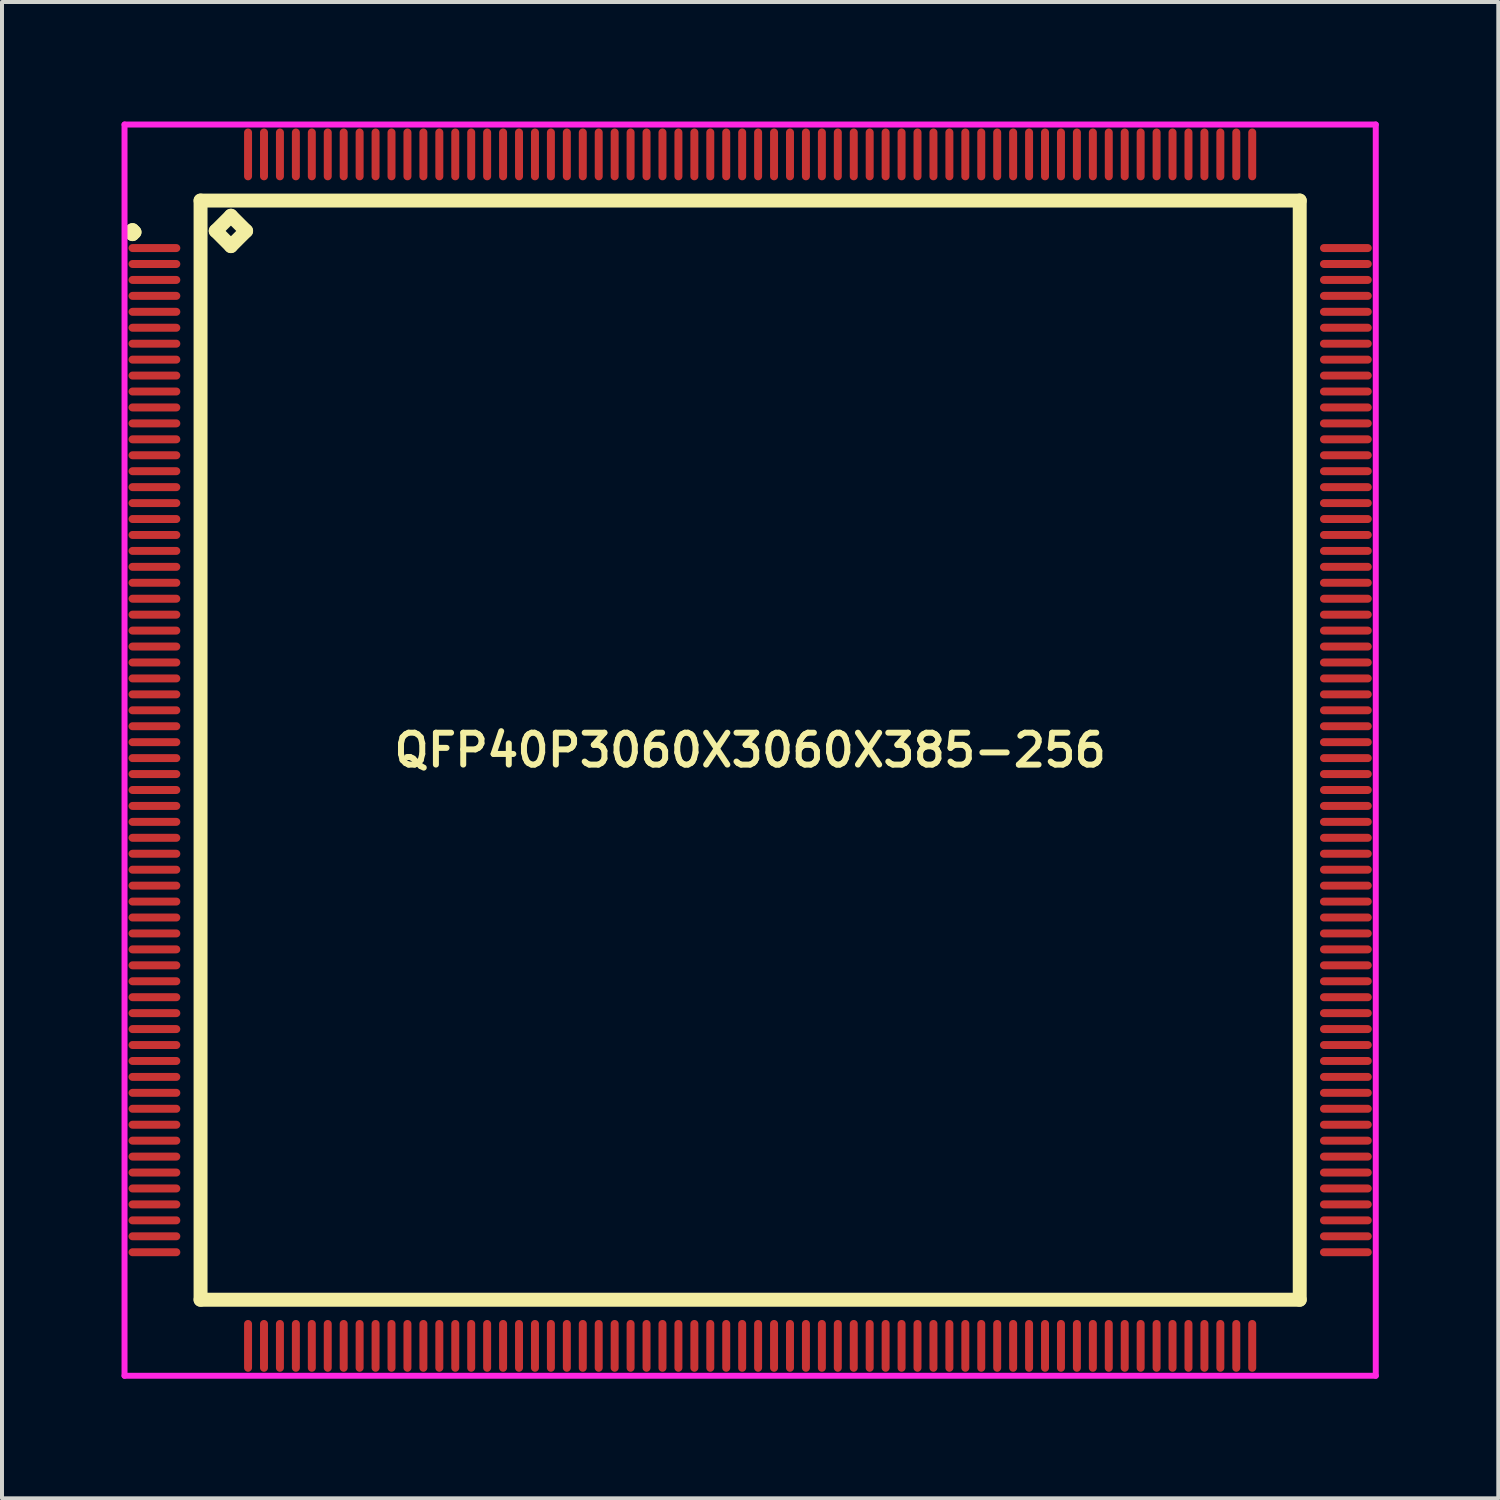
<source format=kicad_pcb>
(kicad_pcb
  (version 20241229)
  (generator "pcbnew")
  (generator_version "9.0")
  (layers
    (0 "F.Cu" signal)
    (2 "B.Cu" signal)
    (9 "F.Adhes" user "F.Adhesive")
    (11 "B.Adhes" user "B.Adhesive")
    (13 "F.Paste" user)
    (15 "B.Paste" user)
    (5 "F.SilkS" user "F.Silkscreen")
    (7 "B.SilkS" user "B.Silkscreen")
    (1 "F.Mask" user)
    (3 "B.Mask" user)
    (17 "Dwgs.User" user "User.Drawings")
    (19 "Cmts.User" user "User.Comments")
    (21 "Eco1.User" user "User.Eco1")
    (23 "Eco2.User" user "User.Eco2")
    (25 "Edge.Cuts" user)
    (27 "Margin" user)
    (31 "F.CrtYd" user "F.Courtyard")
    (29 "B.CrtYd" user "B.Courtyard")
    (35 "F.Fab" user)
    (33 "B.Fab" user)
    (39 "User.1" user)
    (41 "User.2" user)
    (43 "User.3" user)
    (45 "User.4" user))
  (footprint "QFP40P3060X3060X385-256"
    (layer "F.Cu")
    (at 15.775 15.775)
    (property "Reference" "QFP40P3060X3060X385-256" (at 0 0 0) (layer "F.SilkS") (effects (font (size 0.8 0.8) (thickness 0.15))))
    (attr through_hole)
    (fp_line (start -15.55 -13) (end -15.5 -13.05) (stroke (width 0.35) (type solid)) (layer "F.SilkS"))
    (fp_line (start -15.5 -13.05) (end -15.45 -13) (stroke (width 0.35) (type solid)) (layer "F.SilkS"))
    (fp_line (start -15.5 -12.95) (end -15.55 -13) (stroke (width 0.35) (type solid)) (layer "F.SilkS"))
    (fp_line (start -15.45 -13) (end -15.5 -12.95) (stroke (width 0.35) (type solid)) (layer "F.SilkS"))
    (fp_line (start -13.792 -13.792) (end -13.792 13.792) (stroke (width 0.35) (type solid)) (layer "F.SilkS"))
    (fp_line (start -13.792 13.792) (end 13.792 13.792) (stroke (width 0.35) (type solid)) (layer "F.SilkS"))
    (fp_line (start -13.411 -13.03) (end -13.03 -13.411) (stroke (width 0.35) (type solid)) (layer "F.SilkS"))
    (fp_line (start -13.03 -13.411) (end -12.649 -13.03) (stroke (width 0.35) (type solid)) (layer "F.SilkS"))
    (fp_line (start -13.03 -12.649) (end -13.411 -13.03) (stroke (width 0.35) (type solid)) (layer "F.SilkS"))
    (fp_line (start -12.649 -13.03) (end -13.03 -12.649) (stroke (width 0.35) (type solid)) (layer "F.SilkS"))
    (fp_line (start 13.792 -13.792) (end -13.792 -13.792) (stroke (width 0.35) (type solid)) (layer "F.SilkS"))
    (fp_line (start 13.792 13.792) (end 13.792 -13.792) (stroke (width 0.35) (type solid)) (layer "F.SilkS"))
    (fp_line (start -15.7 -15.7) (end 15.7 -15.7) (stroke (width 0.15) (type solid)) (layer "F.CrtYd"))
    (fp_line (start -15.7 15.7) (end -15.7 -15.7) (stroke (width 0.15) (type solid)) (layer "F.CrtYd"))
    (fp_line (start 15.7 -15.7) (end 15.7 15.7) (stroke (width 0.15) (type solid)) (layer "F.CrtYd"))
    (fp_line (start 15.7 15.7) (end -15.7 15.7) (stroke (width 0.15) (type solid)) (layer "F.CrtYd"))
    (pad "1" smd oval (at -14.95 -12.6) (size 1.3 0.2) (layers "F.Cu" "F.Mask" "F.Paste"))
    (pad "2" smd oval (at -14.95 -12.2) (size 1.3 0.2) (layers "F.Cu" "F.Mask" "F.Paste"))
    (pad "3" smd oval (at -14.95 -11.8) (size 1.3 0.2) (layers "F.Cu" "F.Mask" "F.Paste"))
    (pad "4" smd oval (at -14.95 -11.4) (size 1.3 0.2) (layers "F.Cu" "F.Mask" "F.Paste"))
    (pad "5" smd oval (at -14.95 -11) (size 1.3 0.2) (layers "F.Cu" "F.Mask" "F.Paste"))
    (pad "6" smd oval (at -14.95 -10.6) (size 1.3 0.2) (layers "F.Cu" "F.Mask" "F.Paste"))
    (pad "7" smd oval (at -14.95 -10.2) (size 1.3 0.2) (layers "F.Cu" "F.Mask" "F.Paste"))
    (pad "8" smd oval (at -14.95 -9.8) (size 1.3 0.2) (layers "F.Cu" "F.Mask" "F.Paste"))
    (pad "9" smd oval (at -14.95 -9.4) (size 1.3 0.2) (layers "F.Cu" "F.Mask" "F.Paste"))
    (pad "10" smd oval (at -14.95 -9) (size 1.3 0.2) (layers "F.Cu" "F.Mask" "F.Paste"))
    (pad "11" smd oval (at -14.95 -8.6) (size 1.3 0.2) (layers "F.Cu" "F.Mask" "F.Paste"))
    (pad "12" smd oval (at -14.95 -8.2) (size 1.3 0.2) (layers "F.Cu" "F.Mask" "F.Paste"))
    (pad "13" smd oval (at -14.95 -7.8) (size 1.3 0.2) (layers "F.Cu" "F.Mask" "F.Paste"))
    (pad "14" smd oval (at -14.95 -7.4) (size 1.3 0.2) (layers "F.Cu" "F.Mask" "F.Paste"))
    (pad "15" smd oval (at -14.95 -7) (size 1.3 0.2) (layers "F.Cu" "F.Mask" "F.Paste"))
    (pad "16" smd oval (at -14.95 -6.6) (size 1.3 0.2) (layers "F.Cu" "F.Mask" "F.Paste"))
    (pad "17" smd oval (at -14.95 -6.2) (size 1.3 0.2) (layers "F.Cu" "F.Mask" "F.Paste"))
    (pad "18" smd oval (at -14.95 -5.8) (size 1.3 0.2) (layers "F.Cu" "F.Mask" "F.Paste"))
    (pad "19" smd oval (at -14.95 -5.4) (size 1.3 0.2) (layers "F.Cu" "F.Mask" "F.Paste"))
    (pad "20" smd oval (at -14.95 -5) (size 1.3 0.2) (layers "F.Cu" "F.Mask" "F.Paste"))
    (pad "21" smd oval (at -14.95 -4.6) (size 1.3 0.2) (layers "F.Cu" "F.Mask" "F.Paste"))
    (pad "22" smd oval (at -14.95 -4.2) (size 1.3 0.2) (layers "F.Cu" "F.Mask" "F.Paste"))
    (pad "23" smd oval (at -14.95 -3.8) (size 1.3 0.2) (layers "F.Cu" "F.Mask" "F.Paste"))
    (pad "24" smd oval (at -14.95 -3.4) (size 1.3 0.2) (layers "F.Cu" "F.Mask" "F.Paste"))
    (pad "25" smd oval (at -14.95 -3) (size 1.3 0.2) (layers "F.Cu" "F.Mask" "F.Paste"))
    (pad "26" smd oval (at -14.95 -2.6) (size 1.3 0.2) (layers "F.Cu" "F.Mask" "F.Paste"))
    (pad "27" smd oval (at -14.95 -2.2) (size 1.3 0.2) (layers "F.Cu" "F.Mask" "F.Paste"))
    (pad "28" smd oval (at -14.95 -1.8) (size 1.3 0.2) (layers "F.Cu" "F.Mask" "F.Paste"))
    (pad "29" smd oval (at -14.95 -1.4) (size 1.3 0.2) (layers "F.Cu" "F.Mask" "F.Paste"))
    (pad "30" smd oval (at -14.95 -1) (size 1.3 0.2) (layers "F.Cu" "F.Mask" "F.Paste"))
    (pad "31" smd oval (at -14.95 -0.6) (size 1.3 0.2) (layers "F.Cu" "F.Mask" "F.Paste"))
    (pad "32" smd oval (at -14.95 -0.2) (size 1.3 0.2) (layers "F.Cu" "F.Mask" "F.Paste"))
    (pad "33" smd oval (at -14.95 0.2) (size 1.3 0.2) (layers "F.Cu" "F.Mask" "F.Paste"))
    (pad "34" smd oval (at -14.95 0.6) (size 1.3 0.2) (layers "F.Cu" "F.Mask" "F.Paste"))
    (pad "35" smd oval (at -14.95 1) (size 1.3 0.2) (layers "F.Cu" "F.Mask" "F.Paste"))
    (pad "36" smd oval (at -14.95 1.4) (size 1.3 0.2) (layers "F.Cu" "F.Mask" "F.Paste"))
    (pad "37" smd oval (at -14.95 1.8) (size 1.3 0.2) (layers "F.Cu" "F.Mask" "F.Paste"))
    (pad "38" smd oval (at -14.95 2.2) (size 1.3 0.2) (layers "F.Cu" "F.Mask" "F.Paste"))
    (pad "39" smd oval (at -14.95 2.6) (size 1.3 0.2) (layers "F.Cu" "F.Mask" "F.Paste"))
    (pad "40" smd oval (at -14.95 3) (size 1.3 0.2) (layers "F.Cu" "F.Mask" "F.Paste"))
    (pad "41" smd oval (at -14.95 3.4) (size 1.3 0.2) (layers "F.Cu" "F.Mask" "F.Paste"))
    (pad "42" smd oval (at -14.95 3.8) (size 1.3 0.2) (layers "F.Cu" "F.Mask" "F.Paste"))
    (pad "43" smd oval (at -14.95 4.2) (size 1.3 0.2) (layers "F.Cu" "F.Mask" "F.Paste"))
    (pad "44" smd oval (at -14.95 4.6) (size 1.3 0.2) (layers "F.Cu" "F.Mask" "F.Paste"))
    (pad "45" smd oval (at -14.95 5) (size 1.3 0.2) (layers "F.Cu" "F.Mask" "F.Paste"))
    (pad "46" smd oval (at -14.95 5.4) (size 1.3 0.2) (layers "F.Cu" "F.Mask" "F.Paste"))
    (pad "47" smd oval (at -14.95 5.8) (size 1.3 0.2) (layers "F.Cu" "F.Mask" "F.Paste"))
    (pad "48" smd oval (at -14.95 6.2) (size 1.3 0.2) (layers "F.Cu" "F.Mask" "F.Paste"))
    (pad "49" smd oval (at -14.95 6.6) (size 1.3 0.2) (layers "F.Cu" "F.Mask" "F.Paste"))
    (pad "50" smd oval (at -14.95 7) (size 1.3 0.2) (layers "F.Cu" "F.Mask" "F.Paste"))
    (pad "51" smd oval (at -14.95 7.4) (size 1.3 0.2) (layers "F.Cu" "F.Mask" "F.Paste"))
    (pad "52" smd oval (at -14.95 7.8) (size 1.3 0.2) (layers "F.Cu" "F.Mask" "F.Paste"))
    (pad "53" smd oval (at -14.95 8.2) (size 1.3 0.2) (layers "F.Cu" "F.Mask" "F.Paste"))
    (pad "54" smd oval (at -14.95 8.6) (size 1.3 0.2) (layers "F.Cu" "F.Mask" "F.Paste"))
    (pad "55" smd oval (at -14.95 9) (size 1.3 0.2) (layers "F.Cu" "F.Mask" "F.Paste"))
    (pad "56" smd oval (at -14.95 9.4) (size 1.3 0.2) (layers "F.Cu" "F.Mask" "F.Paste"))
    (pad "57" smd oval (at -14.95 9.8) (size 1.3 0.2) (layers "F.Cu" "F.Mask" "F.Paste"))
    (pad "58" smd oval (at -14.95 10.2) (size 1.3 0.2) (layers "F.Cu" "F.Mask" "F.Paste"))
    (pad "59" smd oval (at -14.95 10.6) (size 1.3 0.2) (layers "F.Cu" "F.Mask" "F.Paste"))
    (pad "60" smd oval (at -14.95 11) (size 1.3 0.2) (layers "F.Cu" "F.Mask" "F.Paste"))
    (pad "61" smd oval (at -14.95 11.4) (size 1.3 0.2) (layers "F.Cu" "F.Mask" "F.Paste"))
    (pad "62" smd oval (at -14.95 11.8) (size 1.3 0.2) (layers "F.Cu" "F.Mask" "F.Paste"))
    (pad "63" smd oval (at -14.95 12.2) (size 1.3 0.2) (layers "F.Cu" "F.Mask" "F.Paste"))
    (pad "64" smd oval (at -14.95 12.6) (size 1.3 0.2) (layers "F.Cu" "F.Mask" "F.Paste"))
    (pad "65" smd oval (at -12.6 14.95) (size 0.2 1.3) (layers "F.Cu" "F.Mask" "F.Paste"))
    (pad "66" smd oval (at -12.2 14.95) (size 0.2 1.3) (layers "F.Cu" "F.Mask" "F.Paste"))
    (pad "67" smd oval (at -11.8 14.95) (size 0.2 1.3) (layers "F.Cu" "F.Mask" "F.Paste"))
    (pad "68" smd oval (at -11.4 14.95) (size 0.2 1.3) (layers "F.Cu" "F.Mask" "F.Paste"))
    (pad "69" smd oval (at -11 14.95) (size 0.2 1.3) (layers "F.Cu" "F.Mask" "F.Paste"))
    (pad "70" smd oval (at -10.6 14.95) (size 0.2 1.3) (layers "F.Cu" "F.Mask" "F.Paste"))
    (pad "71" smd oval (at -10.2 14.95) (size 0.2 1.3) (layers "F.Cu" "F.Mask" "F.Paste"))
    (pad "72" smd oval (at -9.8 14.95) (size 0.2 1.3) (layers "F.Cu" "F.Mask" "F.Paste"))
    (pad "73" smd oval (at -9.4 14.95) (size 0.2 1.3) (layers "F.Cu" "F.Mask" "F.Paste"))
    (pad "74" smd oval (at -9 14.95) (size 0.2 1.3) (layers "F.Cu" "F.Mask" "F.Paste"))
    (pad "75" smd oval (at -8.6 14.95) (size 0.2 1.3) (layers "F.Cu" "F.Mask" "F.Paste"))
    (pad "76" smd oval (at -8.2 14.95) (size 0.2 1.3) (layers "F.Cu" "F.Mask" "F.Paste"))
    (pad "77" smd oval (at -7.8 14.95) (size 0.2 1.3) (layers "F.Cu" "F.Mask" "F.Paste"))
    (pad "78" smd oval (at -7.4 14.95) (size 0.2 1.3) (layers "F.Cu" "F.Mask" "F.Paste"))
    (pad "79" smd oval (at -7 14.95) (size 0.2 1.3) (layers "F.Cu" "F.Mask" "F.Paste"))
    (pad "80" smd oval (at -6.6 14.95) (size 0.2 1.3) (layers "F.Cu" "F.Mask" "F.Paste"))
    (pad "81" smd oval (at -6.2 14.95) (size 0.2 1.3) (layers "F.Cu" "F.Mask" "F.Paste"))
    (pad "82" smd oval (at -5.8 14.95) (size 0.2 1.3) (layers "F.Cu" "F.Mask" "F.Paste"))
    (pad "83" smd oval (at -5.4 14.95) (size 0.2 1.3) (layers "F.Cu" "F.Mask" "F.Paste"))
    (pad "84" smd oval (at -5 14.95) (size 0.2 1.3) (layers "F.Cu" "F.Mask" "F.Paste"))
    (pad "85" smd oval (at -4.6 14.95) (size 0.2 1.3) (layers "F.Cu" "F.Mask" "F.Paste"))
    (pad "86" smd oval (at -4.2 14.95) (size 0.2 1.3) (layers "F.Cu" "F.Mask" "F.Paste"))
    (pad "87" smd oval (at -3.8 14.95) (size 0.2 1.3) (layers "F.Cu" "F.Mask" "F.Paste"))
    (pad "88" smd oval (at -3.4 14.95) (size 0.2 1.3) (layers "F.Cu" "F.Mask" "F.Paste"))
    (pad "89" smd oval (at -3 14.95) (size 0.2 1.3) (layers "F.Cu" "F.Mask" "F.Paste"))
    (pad "90" smd oval (at -2.6 14.95) (size 0.2 1.3) (layers "F.Cu" "F.Mask" "F.Paste"))
    (pad "91" smd oval (at -2.2 14.95) (size 0.2 1.3) (layers "F.Cu" "F.Mask" "F.Paste"))
    (pad "92" smd oval (at -1.8 14.95) (size 0.2 1.3) (layers "F.Cu" "F.Mask" "F.Paste"))
    (pad "93" smd oval (at -1.4 14.95) (size 0.2 1.3) (layers "F.Cu" "F.Mask" "F.Paste"))
    (pad "94" smd oval (at -1 14.95) (size 0.2 1.3) (layers "F.Cu" "F.Mask" "F.Paste"))
    (pad "95" smd oval (at -0.6 14.95) (size 0.2 1.3) (layers "F.Cu" "F.Mask" "F.Paste"))
    (pad "96" smd oval (at -0.2 14.95) (size 0.2 1.3) (layers "F.Cu" "F.Mask" "F.Paste"))
    (pad "97" smd oval (at 0.2 14.95) (size 0.2 1.3) (layers "F.Cu" "F.Mask" "F.Paste"))
    (pad "98" smd oval (at 0.6 14.95) (size 0.2 1.3) (layers "F.Cu" "F.Mask" "F.Paste"))
    (pad "99" smd oval (at 1 14.95) (size 0.2 1.3) (layers "F.Cu" "F.Mask" "F.Paste"))
    (pad "100" smd oval (at 1.4 14.95) (size 0.2 1.3) (layers "F.Cu" "F.Mask" "F.Paste"))
    (pad "101" smd oval (at 1.8 14.95) (size 0.2 1.3) (layers "F.Cu" "F.Mask" "F.Paste"))
    (pad "102" smd oval (at 2.2 14.95) (size 0.2 1.3) (layers "F.Cu" "F.Mask" "F.Paste"))
    (pad "103" smd oval (at 2.6 14.95) (size 0.2 1.3) (layers "F.Cu" "F.Mask" "F.Paste"))
    (pad "104" smd oval (at 3 14.95) (size 0.2 1.3) (layers "F.Cu" "F.Mask" "F.Paste"))
    (pad "105" smd oval (at 3.4 14.95) (size 0.2 1.3) (layers "F.Cu" "F.Mask" "F.Paste"))
    (pad "106" smd oval (at 3.8 14.95) (size 0.2 1.3) (layers "F.Cu" "F.Mask" "F.Paste"))
    (pad "107" smd oval (at 4.2 14.95) (size 0.2 1.3) (layers "F.Cu" "F.Mask" "F.Paste"))
    (pad "108" smd oval (at 4.6 14.95) (size 0.2 1.3) (layers "F.Cu" "F.Mask" "F.Paste"))
    (pad "109" smd oval (at 5 14.95) (size 0.2 1.3) (layers "F.Cu" "F.Mask" "F.Paste"))
    (pad "110" smd oval (at 5.4 14.95) (size 0.2 1.3) (layers "F.Cu" "F.Mask" "F.Paste"))
    (pad "111" smd oval (at 5.8 14.95) (size 0.2 1.3) (layers "F.Cu" "F.Mask" "F.Paste"))
    (pad "112" smd oval (at 6.2 14.95) (size 0.2 1.3) (layers "F.Cu" "F.Mask" "F.Paste"))
    (pad "113" smd oval (at 6.6 14.95) (size 0.2 1.3) (layers "F.Cu" "F.Mask" "F.Paste"))
    (pad "114" smd oval (at 7 14.95) (size 0.2 1.3) (layers "F.Cu" "F.Mask" "F.Paste"))
    (pad "115" smd oval (at 7.4 14.95) (size 0.2 1.3) (layers "F.Cu" "F.Mask" "F.Paste"))
    (pad "116" smd oval (at 7.8 14.95) (size 0.2 1.3) (layers "F.Cu" "F.Mask" "F.Paste"))
    (pad "117" smd oval (at 8.2 14.95) (size 0.2 1.3) (layers "F.Cu" "F.Mask" "F.Paste"))
    (pad "118" smd oval (at 8.6 14.95) (size 0.2 1.3) (layers "F.Cu" "F.Mask" "F.Paste"))
    (pad "119" smd oval (at 9 14.95) (size 0.2 1.3) (layers "F.Cu" "F.Mask" "F.Paste"))
    (pad "120" smd oval (at 9.4 14.95) (size 0.2 1.3) (layers "F.Cu" "F.Mask" "F.Paste"))
    (pad "121" smd oval (at 9.8 14.95) (size 0.2 1.3) (layers "F.Cu" "F.Mask" "F.Paste"))
    (pad "122" smd oval (at 10.2 14.95) (size 0.2 1.3) (layers "F.Cu" "F.Mask" "F.Paste"))
    (pad "123" smd oval (at 10.6 14.95) (size 0.2 1.3) (layers "F.Cu" "F.Mask" "F.Paste"))
    (pad "124" smd oval (at 11 14.95) (size 0.2 1.3) (layers "F.Cu" "F.Mask" "F.Paste"))
    (pad "125" smd oval (at 11.4 14.95) (size 0.2 1.3) (layers "F.Cu" "F.Mask" "F.Paste"))
    (pad "126" smd oval (at 11.8 14.95) (size 0.2 1.3) (layers "F.Cu" "F.Mask" "F.Paste"))
    (pad "127" smd oval (at 12.2 14.95) (size 0.2 1.3) (layers "F.Cu" "F.Mask" "F.Paste"))
    (pad "128" smd oval (at 12.6 14.95) (size 0.2 1.3) (layers "F.Cu" "F.Mask" "F.Paste"))
    (pad "129" smd oval (at 14.95 12.6) (size 1.3 0.2) (layers "F.Cu" "F.Mask" "F.Paste"))
    (pad "130" smd oval (at 14.95 12.2) (size 1.3 0.2) (layers "F.Cu" "F.Mask" "F.Paste"))
    (pad "131" smd oval (at 14.95 11.8) (size 1.3 0.2) (layers "F.Cu" "F.Mask" "F.Paste"))
    (pad "132" smd oval (at 14.95 11.4) (size 1.3 0.2) (layers "F.Cu" "F.Mask" "F.Paste"))
    (pad "133" smd oval (at 14.95 11) (size 1.3 0.2) (layers "F.Cu" "F.Mask" "F.Paste"))
    (pad "134" smd oval (at 14.95 10.6) (size 1.3 0.2) (layers "F.Cu" "F.Mask" "F.Paste"))
    (pad "135" smd oval (at 14.95 10.2) (size 1.3 0.2) (layers "F.Cu" "F.Mask" "F.Paste"))
    (pad "136" smd oval (at 14.95 9.8) (size 1.3 0.2) (layers "F.Cu" "F.Mask" "F.Paste"))
    (pad "137" smd oval (at 14.95 9.4) (size 1.3 0.2) (layers "F.Cu" "F.Mask" "F.Paste"))
    (pad "138" smd oval (at 14.95 9) (size 1.3 0.2) (layers "F.Cu" "F.Mask" "F.Paste"))
    (pad "139" smd oval (at 14.95 8.6) (size 1.3 0.2) (layers "F.Cu" "F.Mask" "F.Paste"))
    (pad "140" smd oval (at 14.95 8.2) (size 1.3 0.2) (layers "F.Cu" "F.Mask" "F.Paste"))
    (pad "141" smd oval (at 14.95 7.8) (size 1.3 0.2) (layers "F.Cu" "F.Mask" "F.Paste"))
    (pad "142" smd oval (at 14.95 7.4) (size 1.3 0.2) (layers "F.Cu" "F.Mask" "F.Paste"))
    (pad "143" smd oval (at 14.95 7) (size 1.3 0.2) (layers "F.Cu" "F.Mask" "F.Paste"))
    (pad "144" smd oval (at 14.95 6.6) (size 1.3 0.2) (layers "F.Cu" "F.Mask" "F.Paste"))
    (pad "145" smd oval (at 14.95 6.2) (size 1.3 0.2) (layers "F.Cu" "F.Mask" "F.Paste"))
    (pad "146" smd oval (at 14.95 5.8) (size 1.3 0.2) (layers "F.Cu" "F.Mask" "F.Paste"))
    (pad "147" smd oval (at 14.95 5.4) (size 1.3 0.2) (layers "F.Cu" "F.Mask" "F.Paste"))
    (pad "148" smd oval (at 14.95 5) (size 1.3 0.2) (layers "F.Cu" "F.Mask" "F.Paste"))
    (pad "149" smd oval (at 14.95 4.6) (size 1.3 0.2) (layers "F.Cu" "F.Mask" "F.Paste"))
    (pad "150" smd oval (at 14.95 4.2) (size 1.3 0.2) (layers "F.Cu" "F.Mask" "F.Paste"))
    (pad "151" smd oval (at 14.95 3.8) (size 1.3 0.2) (layers "F.Cu" "F.Mask" "F.Paste"))
    (pad "152" smd oval (at 14.95 3.4) (size 1.3 0.2) (layers "F.Cu" "F.Mask" "F.Paste"))
    (pad "153" smd oval (at 14.95 3) (size 1.3 0.2) (layers "F.Cu" "F.Mask" "F.Paste"))
    (pad "154" smd oval (at 14.95 2.6) (size 1.3 0.2) (layers "F.Cu" "F.Mask" "F.Paste"))
    (pad "155" smd oval (at 14.95 2.2) (size 1.3 0.2) (layers "F.Cu" "F.Mask" "F.Paste"))
    (pad "156" smd oval (at 14.95 1.8) (size 1.3 0.2) (layers "F.Cu" "F.Mask" "F.Paste"))
    (pad "157" smd oval (at 14.95 1.4) (size 1.3 0.2) (layers "F.Cu" "F.Mask" "F.Paste"))
    (pad "158" smd oval (at 14.95 1) (size 1.3 0.2) (layers "F.Cu" "F.Mask" "F.Paste"))
    (pad "159" smd oval (at 14.95 0.6) (size 1.3 0.2) (layers "F.Cu" "F.Mask" "F.Paste"))
    (pad "160" smd oval (at 14.95 0.2) (size 1.3 0.2) (layers "F.Cu" "F.Mask" "F.Paste"))
    (pad "161" smd oval (at 14.95 -0.2) (size 1.3 0.2) (layers "F.Cu" "F.Mask" "F.Paste"))
    (pad "162" smd oval (at 14.95 -0.6) (size 1.3 0.2) (layers "F.Cu" "F.Mask" "F.Paste"))
    (pad "163" smd oval (at 14.95 -1) (size 1.3 0.2) (layers "F.Cu" "F.Mask" "F.Paste"))
    (pad "164" smd oval (at 14.95 -1.4) (size 1.3 0.2) (layers "F.Cu" "F.Mask" "F.Paste"))
    (pad "165" smd oval (at 14.95 -1.8) (size 1.3 0.2) (layers "F.Cu" "F.Mask" "F.Paste"))
    (pad "166" smd oval (at 14.95 -2.2) (size 1.3 0.2) (layers "F.Cu" "F.Mask" "F.Paste"))
    (pad "167" smd oval (at 14.95 -2.6) (size 1.3 0.2) (layers "F.Cu" "F.Mask" "F.Paste"))
    (pad "168" smd oval (at 14.95 -3) (size 1.3 0.2) (layers "F.Cu" "F.Mask" "F.Paste"))
    (pad "169" smd oval (at 14.95 -3.4) (size 1.3 0.2) (layers "F.Cu" "F.Mask" "F.Paste"))
    (pad "170" smd oval (at 14.95 -3.8) (size 1.3 0.2) (layers "F.Cu" "F.Mask" "F.Paste"))
    (pad "171" smd oval (at 14.95 -4.2) (size 1.3 0.2) (layers "F.Cu" "F.Mask" "F.Paste"))
    (pad "172" smd oval (at 14.95 -4.6) (size 1.3 0.2) (layers "F.Cu" "F.Mask" "F.Paste"))
    (pad "173" smd oval (at 14.95 -5) (size 1.3 0.2) (layers "F.Cu" "F.Mask" "F.Paste"))
    (pad "174" smd oval (at 14.95 -5.4) (size 1.3 0.2) (layers "F.Cu" "F.Mask" "F.Paste"))
    (pad "175" smd oval (at 14.95 -5.8) (size 1.3 0.2) (layers "F.Cu" "F.Mask" "F.Paste"))
    (pad "176" smd oval (at 14.95 -6.2) (size 1.3 0.2) (layers "F.Cu" "F.Mask" "F.Paste"))
    (pad "177" smd oval (at 14.95 -6.6) (size 1.3 0.2) (layers "F.Cu" "F.Mask" "F.Paste"))
    (pad "178" smd oval (at 14.95 -7) (size 1.3 0.2) (layers "F.Cu" "F.Mask" "F.Paste"))
    (pad "179" smd oval (at 14.95 -7.4) (size 1.3 0.2) (layers "F.Cu" "F.Mask" "F.Paste"))
    (pad "180" smd oval (at 14.95 -7.8) (size 1.3 0.2) (layers "F.Cu" "F.Mask" "F.Paste"))
    (pad "181" smd oval (at 14.95 -8.2) (size 1.3 0.2) (layers "F.Cu" "F.Mask" "F.Paste"))
    (pad "182" smd oval (at 14.95 -8.6) (size 1.3 0.2) (layers "F.Cu" "F.Mask" "F.Paste"))
    (pad "183" smd oval (at 14.95 -9) (size 1.3 0.2) (layers "F.Cu" "F.Mask" "F.Paste"))
    (pad "184" smd oval (at 14.95 -9.4) (size 1.3 0.2) (layers "F.Cu" "F.Mask" "F.Paste"))
    (pad "185" smd oval (at 14.95 -9.8) (size 1.3 0.2) (layers "F.Cu" "F.Mask" "F.Paste"))
    (pad "186" smd oval (at 14.95 -10.2) (size 1.3 0.2) (layers "F.Cu" "F.Mask" "F.Paste"))
    (pad "187" smd oval (at 14.95 -10.6) (size 1.3 0.2) (layers "F.Cu" "F.Mask" "F.Paste"))
    (pad "188" smd oval (at 14.95 -11) (size 1.3 0.2) (layers "F.Cu" "F.Mask" "F.Paste"))
    (pad "189" smd oval (at 14.95 -11.4) (size 1.3 0.2) (layers "F.Cu" "F.Mask" "F.Paste"))
    (pad "190" smd oval (at 14.95 -11.8) (size 1.3 0.2) (layers "F.Cu" "F.Mask" "F.Paste"))
    (pad "191" smd oval (at 14.95 -12.2) (size 1.3 0.2) (layers "F.Cu" "F.Mask" "F.Paste"))
    (pad "192" smd oval (at 14.95 -12.6) (size 1.3 0.2) (layers "F.Cu" "F.Mask" "F.Paste"))
    (pad "193" smd oval (at 12.6 -14.95) (size 0.2 1.3) (layers "F.Cu" "F.Mask" "F.Paste"))
    (pad "194" smd oval (at 12.2 -14.95) (size 0.2 1.3) (layers "F.Cu" "F.Mask" "F.Paste"))
    (pad "195" smd oval (at 11.8 -14.95) (size 0.2 1.3) (layers "F.Cu" "F.Mask" "F.Paste"))
    (pad "196" smd oval (at 11.4 -14.95) (size 0.2 1.3) (layers "F.Cu" "F.Mask" "F.Paste"))
    (pad "197" smd oval (at 11 -14.95) (size 0.2 1.3) (layers "F.Cu" "F.Mask" "F.Paste"))
    (pad "198" smd oval (at 10.6 -14.95) (size 0.2 1.3) (layers "F.Cu" "F.Mask" "F.Paste"))
    (pad "199" smd oval (at 10.2 -14.95) (size 0.2 1.3) (layers "F.Cu" "F.Mask" "F.Paste"))
    (pad "200" smd oval (at 9.8 -14.95) (size 0.2 1.3) (layers "F.Cu" "F.Mask" "F.Paste"))
    (pad "201" smd oval (at 9.4 -14.95) (size 0.2 1.3) (layers "F.Cu" "F.Mask" "F.Paste"))
    (pad "202" smd oval (at 9 -14.95) (size 0.2 1.3) (layers "F.Cu" "F.Mask" "F.Paste"))
    (pad "203" smd oval (at 8.6 -14.95) (size 0.2 1.3) (layers "F.Cu" "F.Mask" "F.Paste"))
    (pad "204" smd oval (at 8.2 -14.95) (size 0.2 1.3) (layers "F.Cu" "F.Mask" "F.Paste"))
    (pad "205" smd oval (at 7.8 -14.95) (size 0.2 1.3) (layers "F.Cu" "F.Mask" "F.Paste"))
    (pad "206" smd oval (at 7.4 -14.95) (size 0.2 1.3) (layers "F.Cu" "F.Mask" "F.Paste"))
    (pad "207" smd oval (at 7 -14.95) (size 0.2 1.3) (layers "F.Cu" "F.Mask" "F.Paste"))
    (pad "208" smd oval (at 6.6 -14.95) (size 0.2 1.3) (layers "F.Cu" "F.Mask" "F.Paste"))
    (pad "209" smd oval (at 6.2 -14.95) (size 0.2 1.3) (layers "F.Cu" "F.Mask" "F.Paste"))
    (pad "210" smd oval (at 5.8 -14.95) (size 0.2 1.3) (layers "F.Cu" "F.Mask" "F.Paste"))
    (pad "211" smd oval (at 5.4 -14.95) (size 0.2 1.3) (layers "F.Cu" "F.Mask" "F.Paste"))
    (pad "212" smd oval (at 5 -14.95) (size 0.2 1.3) (layers "F.Cu" "F.Mask" "F.Paste"))
    (pad "213" smd oval (at 4.6 -14.95) (size 0.2 1.3) (layers "F.Cu" "F.Mask" "F.Paste"))
    (pad "214" smd oval (at 4.2 -14.95) (size 0.2 1.3) (layers "F.Cu" "F.Mask" "F.Paste"))
    (pad "215" smd oval (at 3.8 -14.95) (size 0.2 1.3) (layers "F.Cu" "F.Mask" "F.Paste"))
    (pad "216" smd oval (at 3.4 -14.95) (size 0.2 1.3) (layers "F.Cu" "F.Mask" "F.Paste"))
    (pad "217" smd oval (at 3 -14.95) (size 0.2 1.3) (layers "F.Cu" "F.Mask" "F.Paste"))
    (pad "218" smd oval (at 2.6 -14.95) (size 0.2 1.3) (layers "F.Cu" "F.Mask" "F.Paste"))
    (pad "219" smd oval (at 2.2 -14.95) (size 0.2 1.3) (layers "F.Cu" "F.Mask" "F.Paste"))
    (pad "220" smd oval (at 1.8 -14.95) (size 0.2 1.3) (layers "F.Cu" "F.Mask" "F.Paste"))
    (pad "221" smd oval (at 1.4 -14.95) (size 0.2 1.3) (layers "F.Cu" "F.Mask" "F.Paste"))
    (pad "222" smd oval (at 1 -14.95) (size 0.2 1.3) (layers "F.Cu" "F.Mask" "F.Paste"))
    (pad "223" smd oval (at 0.6 -14.95) (size 0.2 1.3) (layers "F.Cu" "F.Mask" "F.Paste"))
    (pad "224" smd oval (at 0.2 -14.95) (size 0.2 1.3) (layers "F.Cu" "F.Mask" "F.Paste"))
    (pad "225" smd oval (at -0.2 -14.95) (size 0.2 1.3) (layers "F.Cu" "F.Mask" "F.Paste"))
    (pad "226" smd oval (at -0.6 -14.95) (size 0.2 1.3) (layers "F.Cu" "F.Mask" "F.Paste"))
    (pad "227" smd oval (at -1 -14.95) (size 0.2 1.3) (layers "F.Cu" "F.Mask" "F.Paste"))
    (pad "228" smd oval (at -1.4 -14.95) (size 0.2 1.3) (layers "F.Cu" "F.Mask" "F.Paste"))
    (pad "229" smd oval (at -1.8 -14.95) (size 0.2 1.3) (layers "F.Cu" "F.Mask" "F.Paste"))
    (pad "230" smd oval (at -2.2 -14.95) (size 0.2 1.3) (layers "F.Cu" "F.Mask" "F.Paste"))
    (pad "231" smd oval (at -2.6 -14.95) (size 0.2 1.3) (layers "F.Cu" "F.Mask" "F.Paste"))
    (pad "232" smd oval (at -3 -14.95) (size 0.2 1.3) (layers "F.Cu" "F.Mask" "F.Paste"))
    (pad "233" smd oval (at -3.4 -14.95) (size 0.2 1.3) (layers "F.Cu" "F.Mask" "F.Paste"))
    (pad "234" smd oval (at -3.8 -14.95) (size 0.2 1.3) (layers "F.Cu" "F.Mask" "F.Paste"))
    (pad "235" smd oval (at -4.2 -14.95) (size 0.2 1.3) (layers "F.Cu" "F.Mask" "F.Paste"))
    (pad "236" smd oval (at -4.6 -14.95) (size 0.2 1.3) (layers "F.Cu" "F.Mask" "F.Paste"))
    (pad "237" smd oval (at -5 -14.95) (size 0.2 1.3) (layers "F.Cu" "F.Mask" "F.Paste"))
    (pad "238" smd oval (at -5.4 -14.95) (size 0.2 1.3) (layers "F.Cu" "F.Mask" "F.Paste"))
    (pad "239" smd oval (at -5.8 -14.95) (size 0.2 1.3) (layers "F.Cu" "F.Mask" "F.Paste"))
    (pad "240" smd oval (at -6.2 -14.95) (size 0.2 1.3) (layers "F.Cu" "F.Mask" "F.Paste"))
    (pad "241" smd oval (at -6.6 -14.95) (size 0.2 1.3) (layers "F.Cu" "F.Mask" "F.Paste"))
    (pad "242" smd oval (at -7 -14.95) (size 0.2 1.3) (layers "F.Cu" "F.Mask" "F.Paste"))
    (pad "243" smd oval (at -7.4 -14.95) (size 0.2 1.3) (layers "F.Cu" "F.Mask" "F.Paste"))
    (pad "244" smd oval (at -7.8 -14.95) (size 0.2 1.3) (layers "F.Cu" "F.Mask" "F.Paste"))
    (pad "245" smd oval (at -8.2 -14.95) (size 0.2 1.3) (layers "F.Cu" "F.Mask" "F.Paste"))
    (pad "246" smd oval (at -8.6 -14.95) (size 0.2 1.3) (layers "F.Cu" "F.Mask" "F.Paste"))
    (pad "247" smd oval (at -9 -14.95) (size 0.2 1.3) (layers "F.Cu" "F.Mask" "F.Paste"))
    (pad "248" smd oval (at -9.4 -14.95) (size 0.2 1.3) (layers "F.Cu" "F.Mask" "F.Paste"))
    (pad "249" smd oval (at -9.8 -14.95) (size 0.2 1.3) (layers "F.Cu" "F.Mask" "F.Paste"))
    (pad "250" smd oval (at -10.2 -14.95) (size 0.2 1.3) (layers "F.Cu" "F.Mask" "F.Paste"))
    (pad "251" smd oval (at -10.6 -14.95) (size 0.2 1.3) (layers "F.Cu" "F.Mask" "F.Paste"))
    (pad "252" smd oval (at -11 -14.95) (size 0.2 1.3) (layers "F.Cu" "F.Mask" "F.Paste"))
    (pad "253" smd oval (at -11.4 -14.95) (size 0.2 1.3) (layers "F.Cu" "F.Mask" "F.Paste"))
    (pad "254" smd oval (at -11.8 -14.95) (size 0.2 1.3) (layers "F.Cu" "F.Mask" "F.Paste"))
    (pad "255" smd oval (at -12.2 -14.95) (size 0.2 1.3) (layers "F.Cu" "F.Mask" "F.Paste"))
    (pad "256" smd oval (at -12.6 -14.95) (size 0.2 1.3) (layers "F.Cu" "F.Mask" "F.Paste")))
  (gr_rect
    (start -3 -3)
    (end 34.55 34.55)
    (stroke (width 0.1) (type default))
    (fill no)
    (layer "Edge.Cuts")))
</source>
